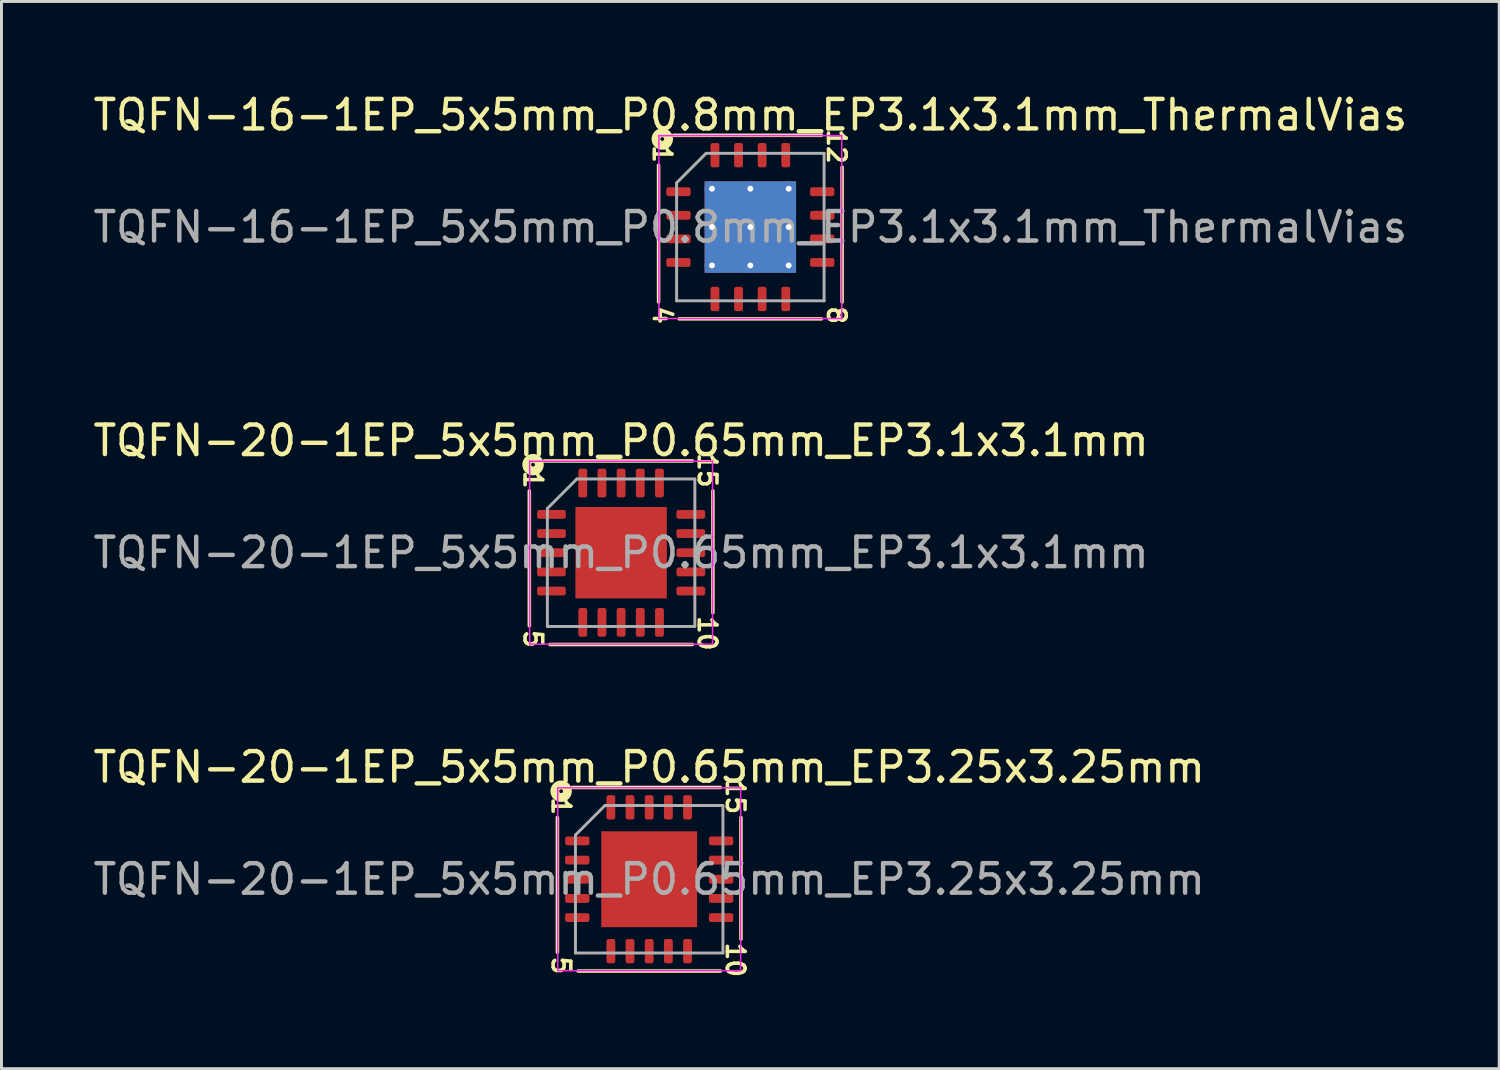
<source format=kicad_pcb>
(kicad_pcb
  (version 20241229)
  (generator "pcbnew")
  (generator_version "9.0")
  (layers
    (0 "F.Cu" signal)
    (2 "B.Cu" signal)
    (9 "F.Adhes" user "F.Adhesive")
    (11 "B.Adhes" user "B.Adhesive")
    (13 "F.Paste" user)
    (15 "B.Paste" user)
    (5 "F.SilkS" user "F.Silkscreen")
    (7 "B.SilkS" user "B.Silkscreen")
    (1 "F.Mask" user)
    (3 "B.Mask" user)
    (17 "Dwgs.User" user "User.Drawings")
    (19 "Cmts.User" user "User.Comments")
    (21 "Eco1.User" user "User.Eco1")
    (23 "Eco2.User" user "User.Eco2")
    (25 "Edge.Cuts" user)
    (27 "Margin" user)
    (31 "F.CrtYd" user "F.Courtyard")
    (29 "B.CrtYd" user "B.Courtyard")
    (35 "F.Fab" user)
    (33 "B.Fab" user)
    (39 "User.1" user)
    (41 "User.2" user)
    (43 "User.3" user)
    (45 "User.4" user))
  (footprint "TQFN-20-1EP_5x5mm_P0.65mm_EP3.1x3.1mm"
    (layer "F.Cu")
    (at 18.006 15.687)
    (property "Reference" "TQFN-20-1EP_5x5mm_P0.65mm_EP3.1x3.1mm" (at 0 -3.8 0) (layer "F.SilkS") (effects (font (size 1 1) (thickness 0.15))))
    (attr smd)
    (fp_line (start -3.111 -2.095) (end -3.111 2.477) (stroke (width 0.12) (type solid)) (layer "F.SilkS"))
    (fp_line (start -2.413 3.111) (end 2.413 3.111) (stroke (width 0.12) (type solid)) (layer "F.SilkS"))
    (fp_line (start 2.413 -3.111) (end -2.603 -3.111) (stroke (width 0.12) (type solid)) (layer "F.SilkS"))
    (fp_line (start 3.111 2.032) (end 3.111 -2.095) (stroke (width 0.12) (type solid)) (layer "F.SilkS"))
    (fp_circle (center -2.985 -2.985) (end -2.921 -2.985) (stroke (width 0.3) (type solid)) (fill no) (layer "F.SilkS"))
    (fp_line (start -3.1 -3.1) (end -3.1 3.1) (stroke (width 0.05) (type solid)) (layer "F.CrtYd"))
    (fp_line (start -3.1 3.1) (end 3.1 3.1) (stroke (width 0.05) (type solid)) (layer "F.CrtYd"))
    (fp_line (start 3.1 -3.1) (end -3.1 -3.1) (stroke (width 0.05) (type solid)) (layer "F.CrtYd"))
    (fp_line (start 3.1 3.1) (end 3.1 -3.1) (stroke (width 0.05) (type solid)) (layer "F.CrtYd"))
    (fp_line (start -2.5 -1.5) (end -1.5 -2.5) (stroke (width 0.1) (type solid)) (layer "F.Fab"))
    (fp_line (start -2.5 2.5) (end -2.5 -1.5) (stroke (width 0.1) (type solid)) (layer "F.Fab"))
    (fp_line (start -1.5 -2.5) (end 2.5 -2.5) (stroke (width 0.1) (type solid)) (layer "F.Fab"))
    (fp_line (start 2.5 -2.5) (end 2.5 2.5) (stroke (width 0.1) (type solid)) (layer "F.Fab"))
    (fp_line (start 2.5 2.5) (end -2.5 2.5) (stroke (width 0.1) (type solid)) (layer "F.Fab"))
    (fp_text user "1" (at -2.985 -2.477 270) (unlocked yes) (layer "F.SilkS") (effects (font (size 0.6 0.6) (thickness 0.12))))
    (fp_text user "10" (at 2.921 2.731 270) (unlocked yes) (layer "F.SilkS") (effects (font (size 0.6 0.6) (thickness 0.12))))
    (fp_text user "5" (at -2.985 2.921 270) (unlocked yes) (layer "F.SilkS") (effects (font (size 0.6 0.6) (thickness 0.12))))
    (fp_text user "15" (at 2.921 -2.794 270) (unlocked yes) (layer "F.SilkS") (effects (font (size 0.6 0.6) (thickness 0.12))))
    (fp_text user "${REFERENCE}" (at 0 0 0) (layer "F.Fab") (effects (font (size 1 1) (thickness 0.15))))
    (pad "" smd roundrect (at -0.775 -0.775) (size 1.25 1.25) (layers "F.Paste") (roundrect_rratio 0.2))
    (pad "" smd roundrect (at -0.775 0.775) (size 1.25 1.25) (layers "F.Paste") (roundrect_rratio 0.2))
    (pad "" smd roundrect (at 0.775 -0.775) (size 1.25 1.25) (layers "F.Paste") (roundrect_rratio 0.2))
    (pad "" smd roundrect (at 0.775 0.775) (size 1.25 1.25) (layers "F.Paste") (roundrect_rratio 0.2))
    (pad "1" smd roundrect (at -2.362 -1.3) (size 0.975 0.3) (layers "F.Cu" "F.Mask" "F.Paste") (roundrect_rratio 0.25))
    (pad "2" smd roundrect (at -2.362 -0.65) (size 0.975 0.3) (layers "F.Cu" "F.Mask" "F.Paste") (roundrect_rratio 0.25))
    (pad "3" smd roundrect (at -2.362 0) (size 0.975 0.3) (layers "F.Cu" "F.Mask" "F.Paste") (roundrect_rratio 0.25))
    (pad "4" smd roundrect (at -2.362 0.65) (size 0.975 0.3) (layers "F.Cu" "F.Mask" "F.Paste") (roundrect_rratio 0.25))
    (pad "5" smd roundrect (at -2.362 1.3) (size 0.975 0.3) (layers "F.Cu" "F.Mask" "F.Paste") (roundrect_rratio 0.25))
    (pad "6" smd roundrect (at -1.3 2.362) (size 0.3 0.975) (layers "F.Cu" "F.Mask" "F.Paste") (roundrect_rratio 0.25))
    (pad "7" smd roundrect (at -0.65 2.362) (size 0.3 0.975) (layers "F.Cu" "F.Mask" "F.Paste") (roundrect_rratio 0.25))
    (pad "8" smd roundrect (at 0 2.362) (size 0.3 0.975) (layers "F.Cu" "F.Mask" "F.Paste") (roundrect_rratio 0.25))
    (pad "9" smd roundrect (at 0.65 2.362) (size 0.3 0.975) (layers "F.Cu" "F.Mask" "F.Paste") (roundrect_rratio 0.25))
    (pad "10" smd roundrect (at 1.3 2.362) (size 0.3 0.975) (layers "F.Cu" "F.Mask" "F.Paste") (roundrect_rratio 0.25))
    (pad "11" smd roundrect (at 2.362 1.3) (size 0.975 0.3) (layers "F.Cu" "F.Mask" "F.Paste") (roundrect_rratio 0.25))
    (pad "12" smd roundrect (at 2.362 0.65) (size 0.975 0.3) (layers "F.Cu" "F.Mask" "F.Paste") (roundrect_rratio 0.25))
    (pad "13" smd roundrect (at 2.362 0) (size 0.975 0.3) (layers "F.Cu" "F.Mask" "F.Paste") (roundrect_rratio 0.25))
    (pad "14" smd roundrect (at 2.362 -0.65) (size 0.975 0.3) (layers "F.Cu" "F.Mask" "F.Paste") (roundrect_rratio 0.25))
    (pad "15" smd roundrect (at 2.362 -1.3) (size 0.975 0.3) (layers "F.Cu" "F.Mask" "F.Paste") (roundrect_rratio 0.25))
    (pad "16" smd roundrect (at 1.3 -2.362) (size 0.3 0.975) (layers "F.Cu" "F.Mask" "F.Paste") (roundrect_rratio 0.25))
    (pad "17" smd roundrect (at 0.65 -2.362) (size 0.3 0.975) (layers "F.Cu" "F.Mask" "F.Paste") (roundrect_rratio 0.25))
    (pad "18" smd roundrect (at 0 -2.362) (size 0.3 0.975) (layers "F.Cu" "F.Mask" "F.Paste") (roundrect_rratio 0.25))
    (pad "19" smd roundrect (at -0.65 -2.362) (size 0.3 0.975) (layers "F.Cu" "F.Mask" "F.Paste") (roundrect_rratio 0.25))
    (pad "20" smd roundrect (at -1.3 -2.362) (size 0.3 0.975) (layers "F.Cu" "F.Mask" "F.Paste") (roundrect_rratio 0.25))
    (pad "21" smd rect (at 0 0) (size 3.1 3.1) (layers "F.Cu" "F.Mask")))
  (footprint "TQFN-16-1EP_5x5mm_P0.8mm_EP3.1x3.1mm_ThermalVias"
    (layer "F.Cu")
    (at 22.387 4.648)
    (property "Reference" "TQFN-16-1EP_5x5mm_P0.8mm_EP3.1x3.1mm_ThermalVias" (at 0 -3.8 0) (layer "F.SilkS") (effects (font (size 1 1) (thickness 0.15))))
    (attr smd)
    (fp_line (start -3.111 -2.095) (end -3.111 2.54) (stroke (width 0.12) (type solid)) (layer "F.SilkS"))
    (fp_line (start -2.413 3.111) (end 2.413 3.111) (stroke (width 0.12) (type solid)) (layer "F.SilkS"))
    (fp_line (start 2.413 -3.111) (end -2.603 -3.111) (stroke (width 0.12) (type solid)) (layer "F.SilkS"))
    (fp_line (start 3.111 2.54) (end 3.111 -2.032) (stroke (width 0.12) (type solid)) (layer "F.SilkS"))
    (fp_circle (center -2.985 -2.985) (end -2.921 -2.985) (stroke (width 0.3) (type solid)) (fill no) (layer "F.SilkS"))
    (fp_line (start -3.1 -3.1) (end -3.1 3.1) (stroke (width 0.05) (type solid)) (layer "F.CrtYd"))
    (fp_line (start -3.1 3.1) (end 3.1 3.1) (stroke (width 0.05) (type solid)) (layer "F.CrtYd"))
    (fp_line (start 3.1 -3.1) (end -3.1 -3.1) (stroke (width 0.05) (type solid)) (layer "F.CrtYd"))
    (fp_line (start 3.1 3.1) (end 3.1 -3.1) (stroke (width 0.05) (type solid)) (layer "F.CrtYd"))
    (fp_line (start -2.5 -1.5) (end -1.5 -2.5) (stroke (width 0.1) (type solid)) (layer "F.Fab"))
    (fp_line (start -2.5 2.5) (end -2.5 -1.5) (stroke (width 0.1) (type solid)) (layer "F.Fab"))
    (fp_line (start -1.5 -2.5) (end 2.5 -2.5) (stroke (width 0.1) (type solid)) (layer "F.Fab"))
    (fp_line (start 2.5 -2.5) (end 2.5 2.5) (stroke (width 0.1) (type solid)) (layer "F.Fab"))
    (fp_line (start 2.5 2.5) (end -2.5 2.5) (stroke (width 0.1) (type solid)) (layer "F.Fab"))
    (fp_text user "1" (at -2.985 -2.477 270) (unlocked yes) (layer "F.SilkS") (effects (font (size 0.6 0.6) (thickness 0.12))))
    (fp_text user "12" (at 2.921 -2.731 270) (unlocked yes) (layer "F.SilkS") (effects (font (size 0.6 0.6) (thickness 0.12))))
    (fp_text user "4" (at -2.985 2.985 270) (unlocked yes) (layer "F.SilkS") (effects (font (size 0.6 0.6) (thickness 0.12))))
    (fp_text user "8" (at 2.921 2.985 270) (unlocked yes) (layer "F.SilkS") (effects (font (size 0.6 0.6) (thickness 0.12))))
    (fp_text user "${REFERENCE}" (at 0 0 0) (layer "F.Fab") (effects (font (size 1 1) (thickness 0.15))))
    (pad "" smd roundrect (at -0.775 -0.775) (size 1.34 1.34) (layers "F.Paste") (roundrect_rratio 0.187))
    (pad "" smd roundrect (at -0.775 0.775) (size 1.34 1.34) (layers "F.Paste") (roundrect_rratio 0.187))
    (pad "" smd roundrect (at 0.775 -0.775) (size 1.34 1.34) (layers "F.Paste") (roundrect_rratio 0.187))
    (pad "" smd roundrect (at 0.775 0.775) (size 1.34 1.34) (layers "F.Paste") (roundrect_rratio 0.187))
    (pad "1" smd roundrect (at -2.438 -1.2) (size 0.825 0.3) (layers "F.Cu" "F.Mask" "F.Paste") (roundrect_rratio 0.25))
    (pad "2" smd roundrect (at -2.438 -0.4) (size 0.825 0.3) (layers "F.Cu" "F.Mask" "F.Paste") (roundrect_rratio 0.25))
    (pad "3" smd roundrect (at -2.438 0.4) (size 0.825 0.3) (layers "F.Cu" "F.Mask" "F.Paste") (roundrect_rratio 0.25))
    (pad "4" smd roundrect (at -2.438 1.2) (size 0.825 0.3) (layers "F.Cu" "F.Mask" "F.Paste") (roundrect_rratio 0.25))
    (pad "5" smd roundrect (at -1.2 2.438) (size 0.3 0.825) (layers "F.Cu" "F.Mask" "F.Paste") (roundrect_rratio 0.25))
    (pad "6" smd roundrect (at -0.4 2.438) (size 0.3 0.825) (layers "F.Cu" "F.Mask" "F.Paste") (roundrect_rratio 0.25))
    (pad "7" smd roundrect (at 0.4 2.438) (size 0.3 0.825) (layers "F.Cu" "F.Mask" "F.Paste") (roundrect_rratio 0.25))
    (pad "8" smd roundrect (at 1.2 2.438) (size 0.3 0.825) (layers "F.Cu" "F.Mask" "F.Paste") (roundrect_rratio 0.25))
    (pad "9" smd roundrect (at 2.438 1.2) (size 0.825 0.3) (layers "F.Cu" "F.Mask" "F.Paste") (roundrect_rratio 0.25))
    (pad "10" smd roundrect (at 2.438 0.4) (size 0.825 0.3) (layers "F.Cu" "F.Mask" "F.Paste") (roundrect_rratio 0.25))
    (pad "11" smd roundrect (at 2.438 -0.4) (size 0.825 0.3) (layers "F.Cu" "F.Mask" "F.Paste") (roundrect_rratio 0.25))
    (pad "12" smd roundrect (at 2.438 -1.2) (size 0.825 0.3) (layers "F.Cu" "F.Mask" "F.Paste") (roundrect_rratio 0.25))
    (pad "13" smd roundrect (at 1.2 -2.438) (size 0.3 0.825) (layers "F.Cu" "F.Mask" "F.Paste") (roundrect_rratio 0.25))
    (pad "14" smd roundrect (at 0.4 -2.438) (size 0.3 0.825) (layers "F.Cu" "F.Mask" "F.Paste") (roundrect_rratio 0.25))
    (pad "15" smd roundrect (at -0.4 -2.438) (size 0.3 0.825) (layers "F.Cu" "F.Mask" "F.Paste") (roundrect_rratio 0.25))
    (pad "16" smd roundrect (at -1.2 -2.438) (size 0.3 0.825) (layers "F.Cu" "F.Mask" "F.Paste") (roundrect_rratio 0.25))
    (pad "17" thru_hole circle (at -1.3 -1.3) (size 0.5 0.5) (drill 0.2) (layers "*.Cu"))
    (pad "17" thru_hole circle (at -1.3 0) (size 0.5 0.5) (drill 0.2) (layers "*.Cu"))
    (pad "17" thru_hole circle (at -1.3 1.3) (size 0.5 0.5) (drill 0.2) (layers "*.Cu"))
    (pad "17" thru_hole circle (at 0 -1.3) (size 0.5 0.5) (drill 0.2) (layers "*.Cu"))
    (pad "17" thru_hole circle (at 0 0) (size 0.5 0.5) (drill 0.2) (layers "*.Cu"))
    (pad "17" smd rect (at 0 0) (size 3.1 3.1) (layers "F.Cu" "F.Mask"))
    (pad "17" smd rect (at 0 0) (size 3.1 3.1) (layers "B.Cu" "B.Mask"))
    (pad "17" thru_hole circle (at 0 1.3) (size 0.5 0.5) (drill 0.2) (layers "*.Cu"))
    (pad "17" thru_hole circle (at 1.3 -1.3) (size 0.5 0.5) (drill 0.2) (layers "*.Cu"))
    (pad "17" thru_hole circle (at 1.3 0) (size 0.5 0.5) (drill 0.2) (layers "*.Cu"))
    (pad "17" thru_hole circle (at 1.3 1.3) (size 0.5 0.5) (drill 0.2) (layers "*.Cu")))
  (footprint "TQFN-20-1EP_5x5mm_P0.65mm_EP3.25x3.25mm"
    (layer "F.Cu")
    (at 18.958 26.757)
    (property "Reference" "TQFN-20-1EP_5x5mm_P0.65mm_EP3.25x3.25mm" (at 0 -3.8 0) (layer "F.SilkS") (effects (font (size 1 1) (thickness 0.15))))
    (attr smd)
    (fp_line (start -3.111 -2.095) (end -3.111 2.477) (stroke (width 0.12) (type solid)) (layer "F.SilkS"))
    (fp_line (start -2.413 3.111) (end 2.413 3.111) (stroke (width 0.12) (type solid)) (layer "F.SilkS"))
    (fp_line (start 2.413 -3.111) (end -2.603 -3.111) (stroke (width 0.12) (type solid)) (layer "F.SilkS"))
    (fp_line (start 3.111 2.032) (end 3.111 -2.095) (stroke (width 0.12) (type solid)) (layer "F.SilkS"))
    (fp_circle (center -2.985 -2.985) (end -2.921 -2.985) (stroke (width 0.3) (type solid)) (fill no) (layer "F.SilkS"))
    (fp_line (start -3.1 -3.1) (end -3.1 3.1) (stroke (width 0.05) (type solid)) (layer "F.CrtYd"))
    (fp_line (start -3.1 3.1) (end 3.1 3.1) (stroke (width 0.05) (type solid)) (layer "F.CrtYd"))
    (fp_line (start 3.1 -3.1) (end -3.1 -3.1) (stroke (width 0.05) (type solid)) (layer "F.CrtYd"))
    (fp_line (start 3.1 3.1) (end 3.1 -3.1) (stroke (width 0.05) (type solid)) (layer "F.CrtYd"))
    (fp_line (start -2.5 -1.5) (end -1.5 -2.5) (stroke (width 0.1) (type solid)) (layer "F.Fab"))
    (fp_line (start -2.5 2.5) (end -2.5 -1.5) (stroke (width 0.1) (type solid)) (layer "F.Fab"))
    (fp_line (start -1.5 -2.5) (end 2.5 -2.5) (stroke (width 0.1) (type solid)) (layer "F.Fab"))
    (fp_line (start 2.5 -2.5) (end 2.5 2.5) (stroke (width 0.1) (type solid)) (layer "F.Fab"))
    (fp_line (start 2.5 2.5) (end -2.5 2.5) (stroke (width 0.1) (type solid)) (layer "F.Fab"))
    (fp_text user "10" (at 2.921 2.731 270) (unlocked yes) (layer "F.SilkS") (effects (font (size 0.6 0.6) (thickness 0.12))))
    (fp_text user "15" (at 2.921 -2.794 270) (unlocked yes) (layer "F.SilkS") (effects (font (size 0.6 0.6) (thickness 0.12))))
    (fp_text user "5" (at -2.985 2.921 270) (unlocked yes) (layer "F.SilkS") (effects (font (size 0.6 0.6) (thickness 0.12))))
    (fp_text user "1" (at -2.985 -2.477 270) (unlocked yes) (layer "F.SilkS") (effects (font (size 0.6 0.6) (thickness 0.12))))
    (fp_text user "${REFERENCE}" (at 0 0 0) (layer "F.Fab") (effects (font (size 1 1) (thickness 0.15))))
    (pad "" smd roundrect (at -0.81 -0.81) (size 1.31 1.31) (layers "F.Paste") (roundrect_rratio 0.191))
    (pad "" smd roundrect (at -0.81 0.81) (size 1.31 1.31) (layers "F.Paste") (roundrect_rratio 0.191))
    (pad "" smd roundrect (at 0.81 -0.81) (size 1.31 1.31) (layers "F.Paste") (roundrect_rratio 0.191))
    (pad "" smd roundrect (at 0.81 0.81) (size 1.31 1.31) (layers "F.Paste") (roundrect_rratio 0.191))
    (pad "1" smd roundrect (at -2.438 -1.3) (size 0.825 0.3) (layers "F.Cu" "F.Mask" "F.Paste") (roundrect_rratio 0.25))
    (pad "2" smd roundrect (at -2.438 -0.65) (size 0.825 0.3) (layers "F.Cu" "F.Mask" "F.Paste") (roundrect_rratio 0.25))
    (pad "3" smd roundrect (at -2.438 0) (size 0.825 0.3) (layers "F.Cu" "F.Mask" "F.Paste") (roundrect_rratio 0.25))
    (pad "4" smd roundrect (at -2.438 0.65) (size 0.825 0.3) (layers "F.Cu" "F.Mask" "F.Paste") (roundrect_rratio 0.25))
    (pad "5" smd roundrect (at -2.438 1.3) (size 0.825 0.3) (layers "F.Cu" "F.Mask" "F.Paste") (roundrect_rratio 0.25))
    (pad "6" smd roundrect (at -1.3 2.438) (size 0.3 0.825) (layers "F.Cu" "F.Mask" "F.Paste") (roundrect_rratio 0.25))
    (pad "7" smd roundrect (at -0.65 2.438) (size 0.3 0.825) (layers "F.Cu" "F.Mask" "F.Paste") (roundrect_rratio 0.25))
    (pad "8" smd roundrect (at 0 2.438) (size 0.3 0.825) (layers "F.Cu" "F.Mask" "F.Paste") (roundrect_rratio 0.25))
    (pad "9" smd roundrect (at 0.65 2.438) (size 0.3 0.825) (layers "F.Cu" "F.Mask" "F.Paste") (roundrect_rratio 0.25))
    (pad "10" smd roundrect (at 1.3 2.438) (size 0.3 0.825) (layers "F.Cu" "F.Mask" "F.Paste") (roundrect_rratio 0.25))
    (pad "11" smd roundrect (at 2.438 1.3) (size 0.825 0.3) (layers "F.Cu" "F.Mask" "F.Paste") (roundrect_rratio 0.25))
    (pad "12" smd roundrect (at 2.438 0.65) (size 0.825 0.3) (layers "F.Cu" "F.Mask" "F.Paste") (roundrect_rratio 0.25))
    (pad "13" smd roundrect (at 2.438 0) (size 0.825 0.3) (layers "F.Cu" "F.Mask" "F.Paste") (roundrect_rratio 0.25))
    (pad "14" smd roundrect (at 2.438 -0.65) (size 0.825 0.3) (layers "F.Cu" "F.Mask" "F.Paste") (roundrect_rratio 0.25))
    (pad "15" smd roundrect (at 2.438 -1.3) (size 0.825 0.3) (layers "F.Cu" "F.Mask" "F.Paste") (roundrect_rratio 0.25))
    (pad "16" smd roundrect (at 1.3 -2.438) (size 0.3 0.825) (layers "F.Cu" "F.Mask" "F.Paste") (roundrect_rratio 0.25))
    (pad "17" smd roundrect (at 0.65 -2.438) (size 0.3 0.825) (layers "F.Cu" "F.Mask" "F.Paste") (roundrect_rratio 0.25))
    (pad "18" smd roundrect (at 0 -2.438) (size 0.3 0.825) (layers "F.Cu" "F.Mask" "F.Paste") (roundrect_rratio 0.25))
    (pad "19" smd roundrect (at -0.65 -2.438) (size 0.3 0.825) (layers "F.Cu" "F.Mask" "F.Paste") (roundrect_rratio 0.25))
    (pad "20" smd roundrect (at -1.3 -2.438) (size 0.3 0.825) (layers "F.Cu" "F.Mask" "F.Paste") (roundrect_rratio 0.25))
    (pad "21" smd rect (at 0 0) (size 3.25 3.25) (layers "F.Cu" "F.Mask")))
  (gr_rect
    (start -3 -3)
    (end 47.774 33.179)
    (stroke (width 0.1) (type default))
    (fill no)
    (layer "Edge.Cuts")))
</source>
